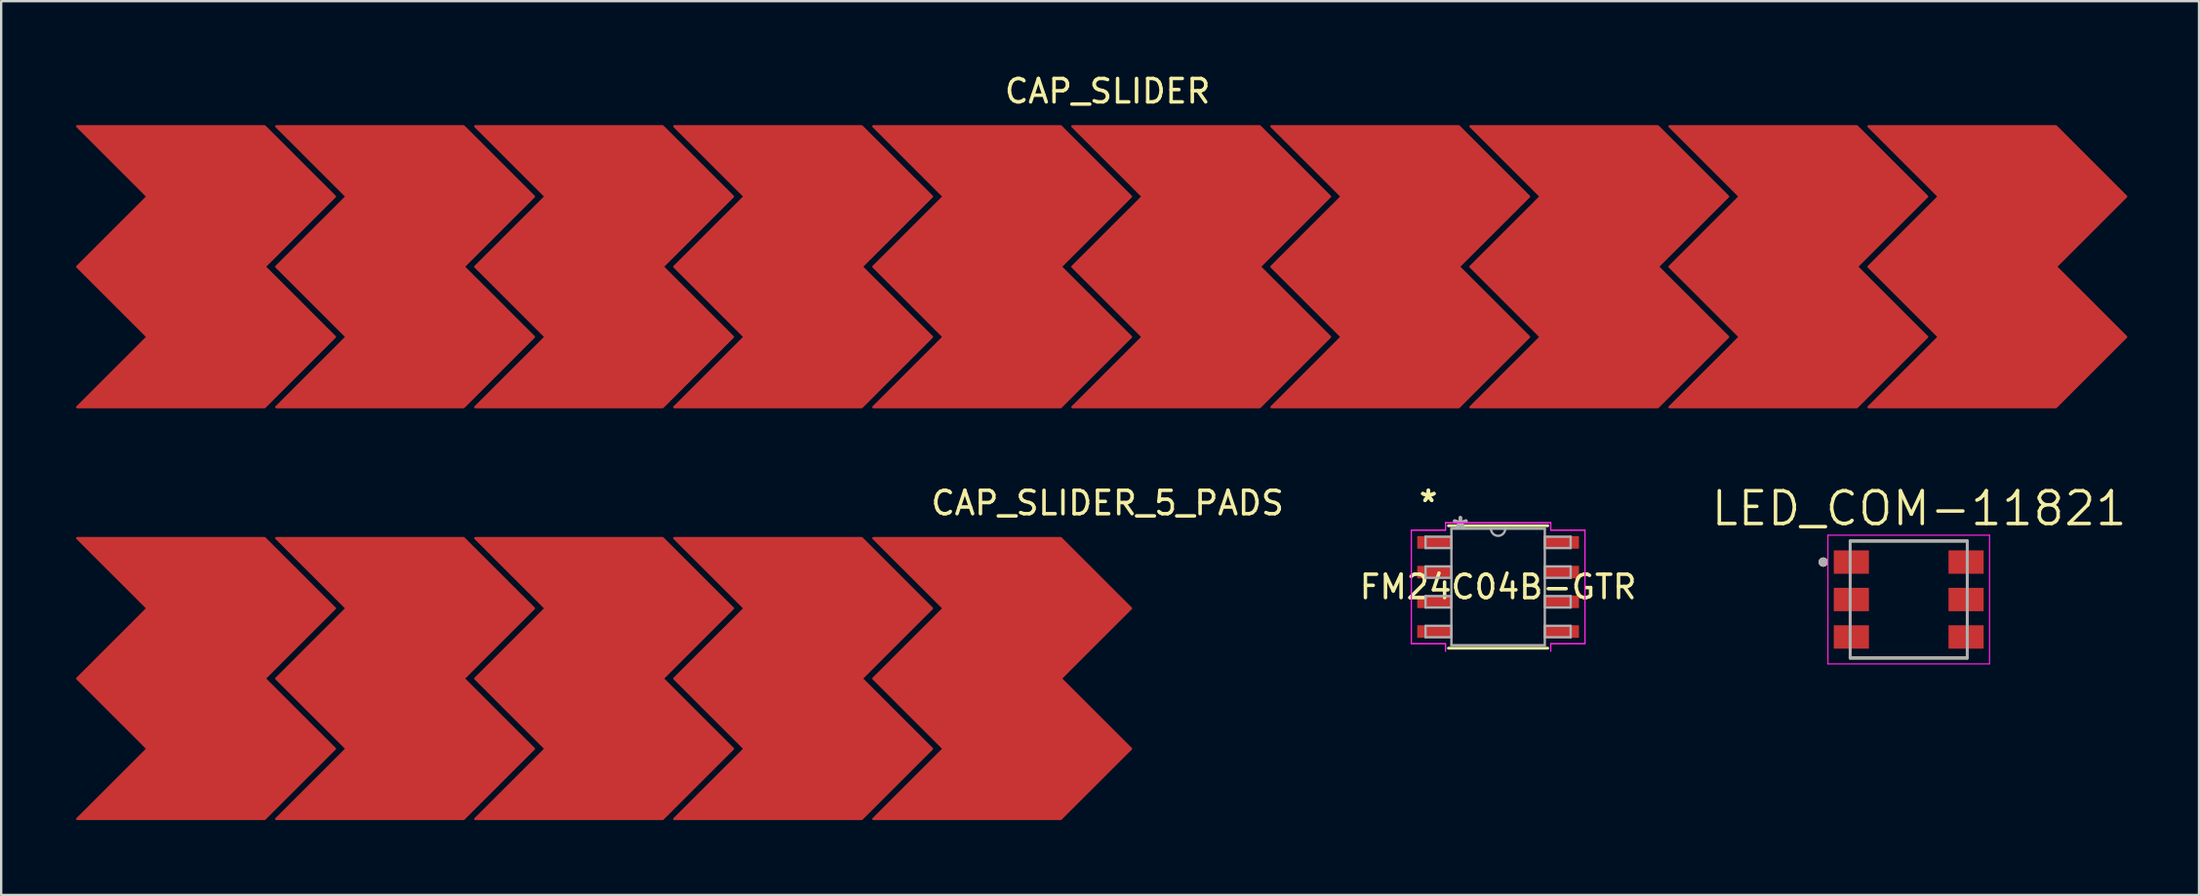
<source format=kicad_pcb>
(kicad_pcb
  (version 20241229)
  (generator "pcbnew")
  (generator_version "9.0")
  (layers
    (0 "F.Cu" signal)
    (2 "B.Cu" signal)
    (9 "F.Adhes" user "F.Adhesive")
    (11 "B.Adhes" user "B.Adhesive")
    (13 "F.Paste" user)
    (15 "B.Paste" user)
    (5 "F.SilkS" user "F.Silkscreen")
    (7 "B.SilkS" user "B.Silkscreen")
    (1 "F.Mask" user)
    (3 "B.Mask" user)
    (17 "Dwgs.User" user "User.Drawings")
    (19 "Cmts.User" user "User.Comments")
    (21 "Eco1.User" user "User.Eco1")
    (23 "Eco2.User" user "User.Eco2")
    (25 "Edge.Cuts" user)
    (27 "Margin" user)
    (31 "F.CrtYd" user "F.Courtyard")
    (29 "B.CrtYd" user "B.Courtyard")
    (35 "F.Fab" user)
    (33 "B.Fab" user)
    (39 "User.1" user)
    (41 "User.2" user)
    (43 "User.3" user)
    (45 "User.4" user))
  (footprint "FM24C04B-GTR"
    (layer "F.Cu")
    (at 60.929 22.033)
    (property "Reference" "FM24C04B-GTR" (at 0 0 0) (layer "F.SilkS") (effects (font (size 1 1) (thickness 0.15))))
    (attr through_hole)
    (fp_line (start -2.121 2.616) (end 2.121 2.616) (stroke (width 0.12) (type solid)) (layer "F.SilkS"))
    (fp_line (start 2.121 -2.616) (end -2.121 -2.616) (stroke (width 0.12) (type solid)) (layer "F.SilkS"))
    (fp_line (start -3.708 -2.428) (end -2.248 -2.428) (stroke (width 0.05) (type solid)) (layer "F.CrtYd"))
    (fp_line (start -3.708 -2.428) (end -2.248 -2.428) (stroke (width 0.05) (type solid)) (layer "F.CrtYd"))
    (fp_line (start -3.708 2.428) (end -3.708 -2.428) (stroke (width 0.05) (type solid)) (layer "F.CrtYd"))
    (fp_line (start -3.708 2.428) (end -3.708 -2.428) (stroke (width 0.05) (type solid)) (layer "F.CrtYd"))
    (fp_line (start -3.708 2.428) (end -2.248 2.428) (stroke (width 0.05) (type solid)) (layer "F.CrtYd"))
    (fp_line (start -2.248 -2.743) (end 2.248 -2.743) (stroke (width 0.05) (type solid)) (layer "F.CrtYd"))
    (fp_line (start -2.248 -2.743) (end 2.248 -2.743) (stroke (width 0.05) (type solid)) (layer "F.CrtYd"))
    (fp_line (start -2.248 -2.428) (end -2.248 -2.743) (stroke (width 0.05) (type solid)) (layer "F.CrtYd"))
    (fp_line (start -2.248 -2.428) (end -2.248 -2.743) (stroke (width 0.05) (type solid)) (layer "F.CrtYd"))
    (fp_line (start -2.248 2.428) (end -3.708 2.428) (stroke (width 0.05) (type solid)) (layer "F.CrtYd"))
    (fp_line (start -2.248 2.743) (end -2.248 2.428) (stroke (width 0.05) (type solid)) (layer "F.CrtYd"))
    (fp_line (start -2.248 2.743) (end -2.248 2.428) (stroke (width 0.05) (type solid)) (layer "F.CrtYd"))
    (fp_line (start 2.248 -2.743) (end 2.248 -2.428) (stroke (width 0.05) (type solid)) (layer "F.CrtYd"))
    (fp_line (start 2.248 -2.743) (end 2.248 -2.428) (stroke (width 0.05) (type solid)) (layer "F.CrtYd"))
    (fp_line (start 2.248 -2.428) (end 3.708 -2.428) (stroke (width 0.05) (type solid)) (layer "F.CrtYd"))
    (fp_line (start 2.248 2.428) (end 2.248 2.743) (stroke (width 0.05) (type solid)) (layer "F.CrtYd"))
    (fp_line (start 2.248 2.428) (end 2.248 2.743) (stroke (width 0.05) (type solid)) (layer "F.CrtYd"))
    (fp_line (start 3.708 -2.428) (end 2.248 -2.428) (stroke (width 0.05) (type solid)) (layer "F.CrtYd"))
    (fp_line (start 3.708 -2.428) (end 3.708 2.428) (stroke (width 0.05) (type solid)) (layer "F.CrtYd"))
    (fp_line (start 3.708 -2.428) (end 3.708 2.428) (stroke (width 0.05) (type solid)) (layer "F.CrtYd"))
    (fp_line (start 3.708 2.428) (end 2.248 2.428) (stroke (width 0.05) (type solid)) (layer "F.CrtYd"))
    (fp_line (start 3.708 2.428) (end 2.248 2.428) (stroke (width 0.05) (type solid)) (layer "F.CrtYd"))
    (fp_line (start -3.099 -2.149) (end -3.099 -1.661) (stroke (width 0.1) (type solid)) (layer "F.Fab"))
    (fp_line (start -3.099 -1.661) (end -1.994 -1.661) (stroke (width 0.1) (type solid)) (layer "F.Fab"))
    (fp_line (start -3.099 -0.879) (end -3.099 -0.391) (stroke (width 0.1) (type solid)) (layer "F.Fab"))
    (fp_line (start -3.099 -0.391) (end -1.994 -0.391) (stroke (width 0.1) (type solid)) (layer "F.Fab"))
    (fp_line (start -3.099 0.391) (end -3.099 0.879) (stroke (width 0.1) (type solid)) (layer "F.Fab"))
    (fp_line (start -3.099 0.879) (end -1.994 0.879) (stroke (width 0.1) (type solid)) (layer "F.Fab"))
    (fp_line (start -3.099 1.661) (end -3.099 2.149) (stroke (width 0.1) (type solid)) (layer "F.Fab"))
    (fp_line (start -3.099 2.149) (end -1.994 2.149) (stroke (width 0.1) (type solid)) (layer "F.Fab"))
    (fp_line (start -1.994 -2.489) (end -1.994 2.489) (stroke (width 0.1) (type solid)) (layer "F.Fab"))
    (fp_line (start -1.994 -2.149) (end -3.099 -2.149) (stroke (width 0.1) (type solid)) (layer "F.Fab"))
    (fp_line (start -1.994 -1.661) (end -1.994 -2.149) (stroke (width 0.1) (type solid)) (layer "F.Fab"))
    (fp_line (start -1.994 -0.879) (end -3.099 -0.879) (stroke (width 0.1) (type solid)) (layer "F.Fab"))
    (fp_line (start -1.994 -0.391) (end -1.994 -0.879) (stroke (width 0.1) (type solid)) (layer "F.Fab"))
    (fp_line (start -1.994 0.391) (end -3.099 0.391) (stroke (width 0.1) (type solid)) (layer "F.Fab"))
    (fp_line (start -1.994 0.879) (end -1.994 0.391) (stroke (width 0.1) (type solid)) (layer "F.Fab"))
    (fp_line (start -1.994 1.661) (end -3.099 1.661) (stroke (width 0.1) (type solid)) (layer "F.Fab"))
    (fp_line (start -1.994 2.149) (end -1.994 1.661) (stroke (width 0.1) (type solid)) (layer "F.Fab"))
    (fp_line (start -1.994 2.489) (end 1.994 2.489) (stroke (width 0.1) (type solid)) (layer "F.Fab"))
    (fp_line (start 1.994 -2.489) (end -1.994 -2.489) (stroke (width 0.1) (type solid)) (layer "F.Fab"))
    (fp_line (start 1.994 -2.149) (end 1.994 -1.661) (stroke (width 0.1) (type solid)) (layer "F.Fab"))
    (fp_line (start 1.994 -1.661) (end 3.099 -1.661) (stroke (width 0.1) (type solid)) (layer "F.Fab"))
    (fp_line (start 1.994 -0.879) (end 1.994 -0.391) (stroke (width 0.1) (type solid)) (layer "F.Fab"))
    (fp_line (start 1.994 -0.391) (end 3.099 -0.391) (stroke (width 0.1) (type solid)) (layer "F.Fab"))
    (fp_line (start 1.994 0.391) (end 1.994 0.879) (stroke (width 0.1) (type solid)) (layer "F.Fab"))
    (fp_line (start 1.994 0.879) (end 3.099 0.879) (stroke (width 0.1) (type solid)) (layer "F.Fab"))
    (fp_line (start 1.994 1.661) (end 1.994 2.149) (stroke (width 0.1) (type solid)) (layer "F.Fab"))
    (fp_line (start 1.994 2.149) (end 3.099 2.149) (stroke (width 0.1) (type solid)) (layer "F.Fab"))
    (fp_line (start 1.994 2.489) (end 1.994 -2.489) (stroke (width 0.1) (type solid)) (layer "F.Fab"))
    (fp_line (start 3.099 -2.149) (end 1.994 -2.149) (stroke (width 0.1) (type solid)) (layer "F.Fab"))
    (fp_line (start 3.099 -1.661) (end 3.099 -2.149) (stroke (width 0.1) (type solid)) (layer "F.Fab"))
    (fp_line (start 3.099 -0.879) (end 1.994 -0.879) (stroke (width 0.1) (type solid)) (layer "F.Fab"))
    (fp_line (start 3.099 -0.391) (end 3.099 -0.879) (stroke (width 0.1) (type solid)) (layer "F.Fab"))
    (fp_line (start 3.099 0.391) (end 1.994 0.391) (stroke (width 0.1) (type solid)) (layer "F.Fab"))
    (fp_line (start 3.099 0.879) (end 3.099 0.391) (stroke (width 0.1) (type solid)) (layer "F.Fab"))
    (fp_line (start 3.099 1.661) (end 1.994 1.661) (stroke (width 0.1) (type solid)) (layer "F.Fab"))
    (fp_line (start 3.099 2.149) (end 3.099 1.661) (stroke (width 0.1) (type solid)) (layer "F.Fab"))
    (fp_arc (start 0.3048 -2.4892) (mid 0 -2.1844) (end -0.3048 -2.4892) (stroke (width 0.1) (type solid)) (layer "F.Fab"))
    (fp_text user "*" (at -2.978 -3.586 0) (layer "F.SilkS") (effects (font (size 1 1) (thickness 0.15))))
    (fp_text user "*" (at -2.978 -3.586 0) (layer "F.SilkS") (effects (font (size 1 1) (thickness 0.15))))
    (fp_text user "*" (at -1.613 -2.413 0) (layer "F.Fab") (effects (font (size 1 1) (thickness 0.15))))
    (fp_text user "*" (at -1.613 -2.413 0) (layer "F.Fab") (effects (font (size 1 1) (thickness 0.15))))
    (pad "1" smd rect (at -2.724 -1.905) (size 1.46 0.538) (layers "F.Cu" "F.Mask" "F.Paste"))
    (pad "2" smd rect (at -2.724 -0.635) (size 1.46 0.538) (layers "F.Cu" "F.Mask" "F.Paste"))
    (pad "3" smd rect (at -2.724 0.635) (size 1.46 0.538) (layers "F.Cu" "F.Mask" "F.Paste"))
    (pad "4" smd rect (at -2.724 1.905) (size 1.46 0.538) (layers "F.Cu" "F.Mask" "F.Paste"))
    (pad "5" smd rect (at 2.724 1.905) (size 1.46 0.538) (layers "F.Cu" "F.Mask" "F.Paste"))
    (pad "6" smd rect (at 2.724 0.635) (size 1.46 0.538) (layers "F.Cu" "F.Mask" "F.Paste"))
    (pad "7" smd rect (at 2.724 -0.635) (size 1.46 0.538) (layers "F.Cu" "F.Mask" "F.Paste"))
    (pad "8" smd rect (at 2.724 -1.905) (size 1.46 0.538) (layers "F.Cu" "F.Mask" "F.Paste")))
  (footprint "CAP_SLIDER_5_PADS"
    (layer "F.Cu")
    (at 0.25 31.947)
    (property "Reference" "CAP_SLIDER_5_PADS" (at 44 -13.5 0) (layer "F.SilkS") (effects (font (size 1 1) (thickness 0.15))))
    (attr through_hole)
    (fp_poly (pts (xy 11 -9) (xy 8 -6) (xy 11 -3) (xy 8 0) (xy 0 0) (xy 3 -3) (xy 0 -6) (xy 3 -9) (xy 0 -12) (xy 8 -12)) (stroke (width 0.1) (type solid)) (fill yes) (layer "F.Cu"))
    (fp_poly (pts (xy 19.5 -9) (xy 16.5 -6) (xy 19.5 -3) (xy 16.5 0) (xy 8.5 0) (xy 11.5 -3) (xy 8.5 -6) (xy 11.5 -9) (xy 8.5 -12) (xy 16.5 -12)) (stroke (width 0.1) (type solid)) (fill yes) (layer "F.Cu"))
    (fp_poly (pts (xy 28 -9) (xy 25 -6) (xy 28 -3) (xy 25 0) (xy 17 0) (xy 20 -3) (xy 17 -6) (xy 20 -9) (xy 17 -12) (xy 25 -12)) (stroke (width 0.1) (type solid)) (fill yes) (layer "F.Cu"))
    (fp_poly (pts (xy 36.5 -9) (xy 33.5 -6) (xy 36.5 -3) (xy 33.5 0) (xy 25.5 0) (xy 28.5 -3) (xy 25.5 -6) (xy 28.5 -9) (xy 25.5 -12) (xy 33.5 -12)) (stroke (width 0.1) (type solid)) (fill yes) (layer "F.Cu"))
    (fp_poly (pts (xy 45 -9) (xy 42 -6) (xy 45 -3) (xy 42 0) (xy 34 0) (xy 37 -3) (xy 34 -6) (xy 37 -9) (xy 34 -12) (xy 42 -12)) (stroke (width 0.1) (type solid)) (fill yes) (layer "F.Cu"))
    (pad "1" smd rect (at 4 -6) (size 1 1) (layers "F.Cu"))
    (pad "2" smd rect (at 12.5 -6) (size 1 1) (layers "F.Cu"))
    (pad "3" smd rect (at 21 -6) (size 1 1) (layers "F.Cu"))
    (pad "4" smd rect (at 29.5 -6) (size 1 1) (layers "F.Cu"))
    (pad "5" smd rect (at 38 -6) (size 1 1) (layers "F.Cu")))
  (footprint "CAP_SLIDER"
    (layer "F.Cu")
    (at 0.25 14.348)
    (property "Reference" "CAP_SLIDER" (at 44 -13.5 0) (layer "F.SilkS") (effects (font (size 1 1) (thickness 0.15))))
    (attr through_hole)
    (fp_poly (pts (xy 11 -9) (xy 8 -6) (xy 11 -3) (xy 8 0) (xy 0 0) (xy 3 -3) (xy 0 -6) (xy 3 -9) (xy 0 -12) (xy 8 -12)) (stroke (width 0.1) (type solid)) (fill yes) (layer "F.Cu"))
    (fp_poly (pts (xy 19.5 -9) (xy 16.5 -6) (xy 19.5 -3) (xy 16.5 0) (xy 8.5 0) (xy 11.5 -3) (xy 8.5 -6) (xy 11.5 -9) (xy 8.5 -12) (xy 16.5 -12)) (stroke (width 0.1) (type solid)) (fill yes) (layer "F.Cu"))
    (fp_poly (pts (xy 28 -9) (xy 25 -6) (xy 28 -3) (xy 25 0) (xy 17 0) (xy 20 -3) (xy 17 -6) (xy 20 -9) (xy 17 -12) (xy 25 -12)) (stroke (width 0.1) (type solid)) (fill yes) (layer "F.Cu"))
    (fp_poly (pts (xy 36.5 -9) (xy 33.5 -6) (xy 36.5 -3) (xy 33.5 0) (xy 25.5 0) (xy 28.5 -3) (xy 25.5 -6) (xy 28.5 -9) (xy 25.5 -12) (xy 33.5 -12)) (stroke (width 0.1) (type solid)) (fill yes) (layer "F.Cu"))
    (fp_poly (pts (xy 45 -9) (xy 42 -6) (xy 45 -3) (xy 42 0) (xy 34 0) (xy 37 -3) (xy 34 -6) (xy 37 -9) (xy 34 -12) (xy 42 -12)) (stroke (width 0.1) (type solid)) (fill yes) (layer "F.Cu"))
    (fp_poly (pts (xy 53.5 -9) (xy 50.5 -6) (xy 53.5 -3) (xy 50.5 0) (xy 42.5 0) (xy 45.5 -3) (xy 42.5 -6) (xy 45.5 -9) (xy 42.5 -12) (xy 50.5 -12)) (stroke (width 0.1) (type solid)) (fill yes) (layer "F.Cu"))
    (fp_poly (pts (xy 62 -9) (xy 59 -6) (xy 62 -3) (xy 59 0) (xy 51 0) (xy 54 -3) (xy 51 -6) (xy 54 -9) (xy 51 -12) (xy 59 -12)) (stroke (width 0.1) (type solid)) (fill yes) (layer "F.Cu"))
    (fp_poly (pts (xy 70.5 -9) (xy 67.5 -6) (xy 70.5 -3) (xy 67.5 0) (xy 59.5 0) (xy 62.5 -3) (xy 59.5 -6) (xy 62.5 -9) (xy 59.5 -12) (xy 67.5 -12)) (stroke (width 0.1) (type solid)) (fill yes) (layer "F.Cu"))
    (fp_poly (pts (xy 79 -9) (xy 76 -6) (xy 79 -3) (xy 76 0) (xy 68 0) (xy 71 -3) (xy 68 -6) (xy 71 -9) (xy 68 -12) (xy 76 -12)) (stroke (width 0.1) (type solid)) (fill yes) (layer "F.Cu"))
    (fp_poly (pts (xy 87.5 -9) (xy 84.5 -6) (xy 87.5 -3) (xy 84.5 0) (xy 76.5 0) (xy 79.5 -3) (xy 76.5 -6) (xy 79.5 -9) (xy 76.5 -12) (xy 84.5 -12)) (stroke (width 0.1) (type solid)) (fill yes) (layer "F.Cu"))
    (pad "1" smd rect (at 4 -6) (size 1 1) (layers "F.Cu"))
    (pad "2" smd rect (at 12.5 -6) (size 1 1) (layers "F.Cu"))
    (pad "3" smd rect (at 21 -6) (size 1 1) (layers "F.Cu"))
    (pad "4" smd rect (at 29.5 -6) (size 1 1) (layers "F.Cu"))
    (pad "5" smd rect (at 38 -6) (size 1 1) (layers "F.Cu"))
    (pad "6" smd rect (at 46.5 -6) (size 1 1) (layers "F.Cu"))
    (pad "7" smd rect (at 55 -6) (size 1 1) (layers "F.Cu"))
    (pad "8" smd rect (at 63.5 -6) (size 1 1) (layers "F.Cu"))
    (pad "9" smd rect (at 72 -6) (size 1 1) (layers "F.Cu"))
    (pad "10" smd rect (at 80.5 -6) (size 1 1) (layers "F.Cu")))
  (footprint "LED_COM-11821"
    (layer "F.Cu")
    (at 78.465 22.57)
    (property "Reference" "LED_COM-11821" (at 0.445 -3.889 0) (layer "F.SilkS") (effects (font (size 1.4 1.4) (thickness 0.15))))
    (attr through_hole)
    (fp_line (start -2.5 -2.5) (end 2.5 -2.5) (stroke (width 0.127) (type solid)) (layer "F.SilkS"))
    (fp_line (start 2.5 2.5) (end -2.5 2.5) (stroke (width 0.127) (type solid)) (layer "F.SilkS"))
    (fp_circle (center -3.65 -1.6) (end -3.55 -1.6) (stroke (width 0.2) (type solid)) (fill no) (layer "F.SilkS"))
    (fp_line (start -3.45 -2.75) (end 3.45 -2.75) (stroke (width 0.05) (type solid)) (layer "F.CrtYd"))
    (fp_line (start -3.45 2.75) (end -3.45 -2.75) (stroke (width 0.05) (type solid)) (layer "F.CrtYd"))
    (fp_line (start 3.45 -2.75) (end 3.45 2.75) (stroke (width 0.05) (type solid)) (layer "F.CrtYd"))
    (fp_line (start 3.45 2.75) (end -3.45 2.75) (stroke (width 0.05) (type solid)) (layer "F.CrtYd"))
    (fp_line (start -2.5 -2.5) (end 2.5 -2.5) (stroke (width 0.127) (type solid)) (layer "F.Fab"))
    (fp_line (start -2.5 2.5) (end -2.5 -2.5) (stroke (width 0.127) (type solid)) (layer "F.Fab"))
    (fp_line (start 2.5 -2.5) (end 2.5 2.5) (stroke (width 0.127) (type solid)) (layer "F.Fab"))
    (fp_line (start 2.5 2.5) (end -2.5 2.5) (stroke (width 0.127) (type solid)) (layer "F.Fab"))
    (fp_circle (center -3.65 -1.6) (end -3.55 -1.6) (stroke (width 0.2) (type solid)) (fill no) (layer "F.Fab"))
    (pad "1" smd rect (at -2.45 -1.6) (size 1.5 1) (layers "F.Cu" "F.Mask" "F.Paste"))
    (pad "2" smd rect (at -2.45 0) (size 1.5 1) (layers "F.Cu" "F.Mask" "F.Paste"))
    (pad "3" smd rect (at -2.45 1.6) (size 1.5 1) (layers "F.Cu" "F.Mask" "F.Paste"))
    (pad "4" smd rect (at 2.45 1.6 180) (size 1.5 1) (layers "F.Cu" "F.Mask" "F.Paste"))
    (pad "5" smd rect (at 2.45 0 180) (size 1.5 1) (layers "F.Cu" "F.Mask" "F.Paste"))
    (pad "6" smd rect (at 2.45 -1.6 180) (size 1.5 1) (layers "F.Cu" "F.Mask" "F.Paste")))
  (gr_rect
    (start -3 -3)
    (end 90.862 35.197)
    (stroke (width 0.1) (type default))
    (fill no)
    (layer "Edge.Cuts")))
</source>
